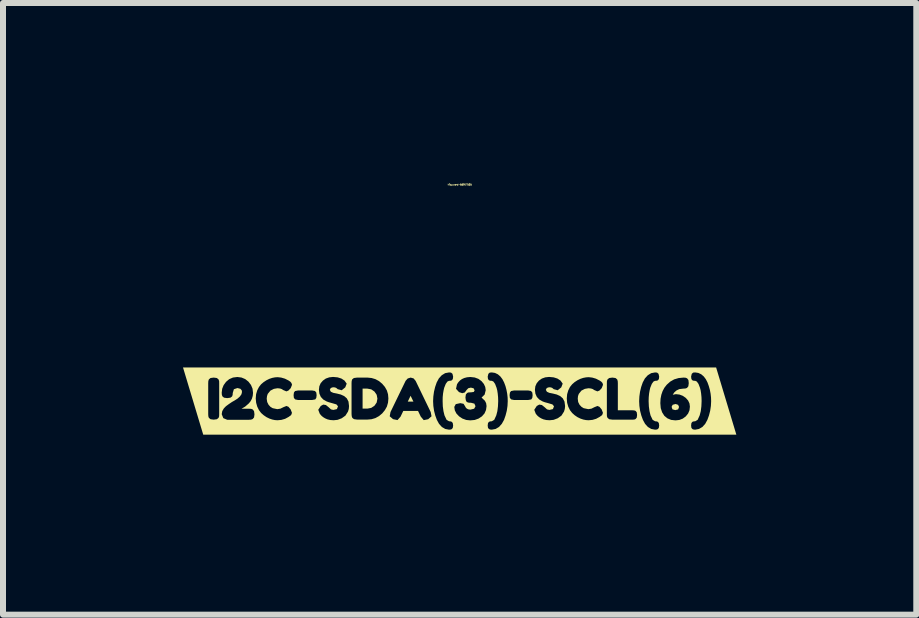
<source format=kicad_pcb>
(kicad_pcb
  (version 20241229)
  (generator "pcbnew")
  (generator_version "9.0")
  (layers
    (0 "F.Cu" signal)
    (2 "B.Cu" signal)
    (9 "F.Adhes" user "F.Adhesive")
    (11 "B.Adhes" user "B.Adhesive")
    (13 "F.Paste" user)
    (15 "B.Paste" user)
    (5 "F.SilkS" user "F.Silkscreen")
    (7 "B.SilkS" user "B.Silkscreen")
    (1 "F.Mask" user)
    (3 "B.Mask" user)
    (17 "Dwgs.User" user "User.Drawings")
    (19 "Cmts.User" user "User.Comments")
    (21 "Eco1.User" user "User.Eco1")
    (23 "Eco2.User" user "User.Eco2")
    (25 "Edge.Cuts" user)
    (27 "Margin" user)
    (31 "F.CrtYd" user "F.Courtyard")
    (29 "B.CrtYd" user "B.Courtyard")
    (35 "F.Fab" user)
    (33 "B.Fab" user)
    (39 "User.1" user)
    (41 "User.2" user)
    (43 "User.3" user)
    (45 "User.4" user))
  (footprint "kibuzzard-66917505"
    (layer "F.Cu")
    (at 4.611 3.634)
    (property "Reference" "kibuzzard-66917505" (at 0 -3.608 0) (layer "F.SilkS") (effects (font (size 0.025 0.025) (thickness 0.15))))
    (attr board_only exclude_from_pos_files exclude_from_bom)
    (fp_poly (pts (xy -0.818 -0.088) (xy -0.865 0.009) (xy -0.771 0.009) (xy -0.818 -0.088)) (stroke (width 0) (type solid)) (fill yes) (layer "F.SilkS"))
    (fp_poly (pts (xy 3.656 0.098) (xy 3.64 0.063) (xy 3.599 0.049) (xy 3.55 0.062) (xy 3.532 0.096) (xy 3.546 0.138) (xy 3.593 0.151) (xy 3.641 0.139) (xy 3.656 0.098)) (stroke (width 0) (type solid)) (fill yes) (layer "F.SilkS"))
    (fp_poly (pts (xy -1.618 0.126) (xy -1.537 0.126) (xy -1.474 0.114) (xy -1.42 0.078) (xy -1.383 0.024) (xy -1.371 -0.04) (xy -1.383 -0.104) (xy -1.42 -0.158) (xy -1.474 -0.195) (xy -1.538 -0.207) (xy -1.618 -0.207) (xy -1.618 0.126)) (stroke (width 0) (type solid)) (fill yes) (layer "F.SilkS"))
    (fp_poly (pts (xy -4.191 -0.56) (xy -4.274 -0.56) (xy -4.611 -0.56) (xy -4.274 0.56) (xy -4.191 0.56) (xy -4.1 0.56) (xy -4.1 0.31) (xy -4.152 0.303) (xy -4.18 0.28) (xy -4.189 0.253) (xy -4.191 0.218) (xy -4.191 -0.299) (xy -4.189 -0.333) (xy -4.18 -0.361) (xy -4.152 -0.384) (xy -4.099 -0.391) (xy -4.047 -0.384) (xy -4.019 -0.361) (xy -4.009 -0.333) (xy -4.008 -0.298) (xy -4.008 0.219) (xy -4.009 0.254) (xy -4.019 0.281) (xy -4.047 0.303) (xy -4.1 0.31) (xy -4.1 0.56) (xy -3.875 0.56) (xy -3.875 0.312) (xy -3.939 0.285) (xy -3.966 0.219) (xy -3.957 0.168) (xy -3.93 0.122) (xy -3.895 0.086) (xy -3.846 0.05) (xy -3.794 0.015) (xy -3.745 -0.013) (xy -3.702 -0.041) (xy -3.664 -0.075) (xy -3.637 -0.113) (xy -3.628 -0.151) (xy -3.632 -0.178) (xy -3.654 -0.204) (xy -3.704 -0.217) (xy -3.763 -0.197) (xy -3.782 -0.134) (xy -3.784 -0.102) (xy -3.793 -0.077) (xy -3.821 -0.056) (xy -3.875 -0.049) (xy -3.927 -0.056) (xy -3.955 -0.079) (xy -3.964 -0.107) (xy -3.966 -0.141) (xy -3.958 -0.205) (xy -3.934 -0.265) (xy -3.894 -0.32) (xy -3.841 -0.365) (xy -3.778 -0.392) (xy -3.705 -0.401) (xy -3.636 -0.392) (xy -3.574 -0.366) (xy -3.52 -0.323) (xy -3.478 -0.268) (xy -3.452 -0.206) (xy -3.444 -0.136) (xy -3.449 -0.086) (xy -3.463 -0.038) (xy -3.486 0.005) (xy -3.515 0.04) (xy -3.576 0.093) (xy -3.636 0.128) (xy -3.511 0.128) (xy -3.476 0.13) (xy -3.449 0.14) (xy -3.427 0.168) (xy -3.42 0.221) (xy -3.427 0.273) (xy -3.45 0.3) (xy -3.478 0.31) (xy -3.513 0.312) (xy -3.875 0.312) (xy -3.875 0.56) (xy -3.036 0.56) (xy -3.036 0.32) (xy -3.079 0.317) (xy -3.124 0.308) (xy -3.171 0.292) (xy -3.22 0.268) (xy -3.267 0.236) (xy -3.309 0.199) (xy -3.344 0.153) (xy -3.373 0.095) (xy -3.392 0.029) (xy -3.399 -0.044) (xy -3.393 -0.114) (xy -3.374 -0.178) (xy -3.345 -0.234) (xy -3.31 -0.279) (xy -3.268 -0.315) (xy -3.221 -0.346) (xy -3.172 -0.37) (xy -3.124 -0.386) (xy -3.078 -0.395) (xy -3.033 -0.398) (xy -2.974 -0.391) (xy -2.912 -0.373) (xy -2.849 -0.341) (xy -2.822 -0.322) (xy -2.804 -0.301) (xy -2.794 -0.271) (xy -2.816 -0.215) (xy -2.854 -0.175) (xy -2.888 -0.161) (xy -2.942 -0.184) (xy -2.949 -0.189) (xy -2.957 -0.194) (xy -2.967 -0.2) (xy -2.98 -0.205) (xy -2.996 -0.209) (xy -3.016 -0.212) (xy -3.04 -0.213) (xy -3.097 -0.203) (xy -3.154 -0.174) (xy -3.199 -0.119) (xy -3.211 -0.082) (xy -3.216 -0.039) (xy -3.208 0.016) (xy -3.185 0.062) (xy -3.153 0.097) (xy -3.116 0.119) (xy -3.04 0.135) (xy -2.988 0.127) (xy -2.937 0.102) (xy -2.887 0.082) (xy -2.853 0.096) (xy -2.817 0.139) (xy -2.795 0.197) (xy -2.809 0.234) (xy -2.85 0.264) (xy -2.909 0.296) (xy -2.972 0.314) (xy -3.036 0.32) (xy -3.036 0.56) (xy -2.458 0.56) (xy -2.458 -0.018) (xy -2.696 -0.018) (xy -2.741 -0.027) (xy -2.763 -0.052) (xy -2.768 -0.098) (xy -2.762 -0.143) (xy -2.743 -0.167) (xy -2.695 -0.176) (xy -2.457 -0.176) (xy -2.412 -0.168) (xy -2.39 -0.143) (xy -2.384 -0.097) (xy -2.39 -0.052) (xy -2.407 -0.027) (xy -2.458 -0.018) (xy -2.458 0.56) (xy -2.101 0.56) (xy -2.101 0.32) (xy -2.157 0.316) (xy -2.204 0.305) (xy -2.243 0.288) (xy -2.274 0.269) (xy -2.298 0.25) (xy -2.315 0.232) (xy -2.326 0.218) (xy -2.332 0.211) (xy -2.357 0.146) (xy -2.315 0.082) (xy -2.274 0.059) (xy -2.23 0.066) (xy -2.185 0.102) (xy -2.145 0.139) (xy -2.105 0.148) (xy -2.046 0.134) (xy -2.028 0.087) (xy -2.054 0.056) (xy -2.133 0.033) (xy -2.18 0.02) (xy -2.218 0.006) (xy -2.274 -0.026) (xy -2.314 -0.069) (xy -2.338 -0.123) (xy -2.346 -0.188) (xy -2.339 -0.246) (xy -2.317 -0.297) (xy -2.279 -0.341) (xy -2.231 -0.375) (xy -2.174 -0.395) (xy -2.11 -0.402) (xy -2.034 -0.395) (xy -1.971 -0.375) (xy -1.919 -0.341) (xy -1.883 -0.29) (xy -1.907 -0.228) (xy -1.966 -0.18) (xy -2.033 -0.198) (xy -2.044 -0.208) (xy -2.058 -0.219) (xy -2.078 -0.227) (xy -2.111 -0.23) (xy -2.148 -0.218) (xy -2.164 -0.187) (xy -2.147 -0.155) (xy -2.107 -0.137) (xy -2.046 -0.125) (xy -1.982 -0.109) (xy -1.925 -0.083) (xy -1.881 -0.045) (xy -1.853 0.009) (xy -1.844 0.084) (xy -1.848 0.132) (xy -1.861 0.175) (xy -1.904 0.243) (xy -1.966 0.287) (xy -2.034 0.313) (xy -2.101 0.32) (xy -2.101 0.56) (xy -1.71 0.56) (xy -1.71 0.309) (xy -1.761 0.302) (xy -1.789 0.281) (xy -1.799 0.253) (xy -1.802 0.217) (xy -1.802 -0.3) (xy -1.8 -0.334) (xy -1.791 -0.362) (xy -1.763 -0.384) (xy -1.709 -0.391) (xy -1.537 -0.391) (xy -1.468 -0.384) (xy -1.404 -0.365) (xy -1.345 -0.333) (xy -1.291 -0.288) (xy -1.246 -0.235) (xy -1.213 -0.176) (xy -1.194 -0.113) (xy -1.188 -0.044) (xy -1.194 0.026) (xy -1.213 0.092) (xy -1.246 0.151) (xy -1.291 0.206) (xy -1.345 0.251) (xy -1.405 0.284) (xy -1.47 0.303) (xy -1.54 0.309) (xy -1.71 0.309) (xy -1.71 0.56) (xy -0.599 0.56) (xy -0.599 0.318) (xy -0.648 0.26) (xy -0.694 0.165) (xy -0.94 0.165) (xy -0.986 0.261) (xy -1.036 0.317) (xy -1.11 0.302) (xy -1.166 0.254) (xy -1.153 0.183) (xy -0.901 -0.337) (xy -0.866 -0.376) (xy -0.817 -0.391) (xy -0.768 -0.377) (xy -0.734 -0.336) (xy -0.483 0.183) (xy -0.469 0.254) (xy -0.525 0.303) (xy -0.599 0.318) (xy -0.599 0.56) (xy -0.178 0.56) (xy -0.178 0.477) (xy -0.241 0.465) (xy -0.297 0.432) (xy -0.344 0.38) (xy -0.38 0.314) (xy -0.407 0.24) (xy -0.427 0.162) (xy -0.439 0.081) (xy -0.443 0.002) (xy -0.439 -0.077) (xy -0.428 -0.156) (xy -0.409 -0.235) (xy -0.383 -0.31) (xy -0.347 -0.377) (xy -0.299 -0.43) (xy -0.242 -0.465) (xy -0.177 -0.477) (xy -0.144 -0.474) (xy -0.12 -0.454) (xy -0.109 -0.407) (xy -0.114 -0.367) (xy -0.13 -0.346) (xy -0.149 -0.339) (xy -0.173 -0.337) (xy -0.178 -0.337) (xy -0.204 -0.325) (xy -0.232 -0.286) (xy -0.258 -0.221) (xy -0.268 -0.178) (xy -0.277 -0.126) (xy -0.283 -0.065) (xy -0.284 0) (xy -0.281 0.089) (xy -0.27 0.169) (xy -0.253 0.239) (xy -0.218 0.313) (xy -0.177 0.337) (xy -0.152 0.339) (xy -0.132 0.346) (xy -0.115 0.367) (xy -0.109 0.408) (xy -0.115 0.447) (xy -0.132 0.468) (xy -0.153 0.475) (xy -0.178 0.477) (xy -0.178 0.56) (xy 0.177 0.56) (xy 0.177 0.322) (xy 0.109 0.315) (xy 0.046 0.292) (xy -0.01 0.255) (xy -0.055 0.207) (xy -0.081 0.155) (xy -0.09 0.098) (xy -0.065 0.051) (xy 0.01 0.035) (xy 0.065 0.046) (xy 0.094 0.093) (xy 0.096 0.099) (xy 0.104 0.111) (xy 0.119 0.126) (xy 0.143 0.138) (xy 0.178 0.143) (xy 0.241 0.128) (xy 0.264 0.086) (xy 0.245 0.043) (xy 0.187 0.028) (xy 0.16 0.028) (xy 0.137 0.024) (xy 0.114 0.011) (xy 0.102 -0.015) (xy 0.096 -0.059) (xy 0.103 -0.109) (xy 0.124 -0.135) (xy 0.149 -0.144) (xy 0.181 -0.145) (xy 0.188 -0.145) (xy 0.235 -0.152) (xy 0.249 -0.177) (xy 0.233 -0.212) (xy 0.187 -0.224) (xy 0.144 -0.214) (xy 0.115 -0.184) (xy 0.085 -0.143) (xy 0.043 -0.131) (xy -0.011 -0.149) (xy -0.061 -0.204) (xy -0.046 -0.273) (xy -0.045 -0.277) (xy -0.039 -0.288) (xy -0.029 -0.304) (xy -0.013 -0.324) (xy 0.009 -0.346) (xy 0.039 -0.367) (xy 0.076 -0.384) (xy 0.122 -0.396) (xy 0.177 -0.401) (xy 0.25 -0.393) (xy 0.312 -0.37) (xy 0.364 -0.332) (xy 0.403 -0.285) (xy 0.426 -0.235) (xy 0.434 -0.181) (xy 0.416 -0.108) (xy 0.365 -0.058) (xy 0.421 -0.004) (xy 0.441 0.036) (xy 0.448 0.084) (xy 0.439 0.149) (xy 0.414 0.206) (xy 0.371 0.255) (xy 0.315 0.292) (xy 0.251 0.315) (xy 0.177 0.322) (xy 0.177 0.56) (xy 0.536 0.56) (xy 0.536 0.477) (xy 0.511 0.475) (xy 0.49 0.468) (xy 0.472 0.447) (xy 0.467 0.408) (xy 0.472 0.367) (xy 0.489 0.346) (xy 0.509 0.339) (xy 0.535 0.337) (xy 0.576 0.313) (xy 0.61 0.239) (xy 0.628 0.169) (xy 0.638 0.089) (xy 0.642 0) (xy 0.64 -0.065) (xy 0.634 -0.126) (xy 0.626 -0.178) (xy 0.615 -0.221) (xy 0.59 -0.286) (xy 0.562 -0.325) (xy 0.536 -0.337) (xy 0.531 -0.337) (xy 0.507 -0.339) (xy 0.488 -0.346) (xy 0.472 -0.367) (xy 0.467 -0.407) (xy 0.478 -0.454) (xy 0.501 -0.474) (xy 0.535 -0.477) (xy 0.588 -0.469) (xy 0.636 -0.446) (xy 0.678 -0.41) (xy 0.712 -0.365) (xy 0.74 -0.311) (xy 0.763 -0.25) (xy 0.78 -0.186) (xy 0.792 -0.123) (xy 0.799 -0.06) (xy 0.801 0.002) (xy 0.797 0.081) (xy 0.785 0.162) (xy 0.765 0.24) (xy 0.739 0.314) (xy 0.702 0.38) (xy 0.655 0.432) (xy 0.599 0.465) (xy 0.536 0.477) (xy 0.536 0.56) (xy 1.143 0.56) (xy 1.143 -0.018) (xy 0.904 -0.018) (xy 0.859 -0.027) (xy 0.837 -0.052) (xy 0.832 -0.098) (xy 0.838 -0.143) (xy 0.857 -0.167) (xy 0.905 -0.176) (xy 1.144 -0.176) (xy 1.188 -0.168) (xy 1.21 -0.143) (xy 1.216 -0.097) (xy 1.21 -0.052) (xy 1.193 -0.027) (xy 1.143 -0.018) (xy 1.143 0.56) (xy 1.499 0.56) (xy 1.499 0.32) (xy 1.443 0.316) (xy 1.396 0.305) (xy 1.357 0.288) (xy 1.326 0.269) (xy 1.302 0.25) (xy 1.285 0.232) (xy 1.274 0.218) (xy 1.268 0.211) (xy 1.243 0.146) (xy 1.285 0.082) (xy 1.326 0.059) (xy 1.37 0.066) (xy 1.415 0.102) (xy 1.456 0.139) (xy 1.495 0.148) (xy 1.554 0.134) (xy 1.572 0.087) (xy 1.546 0.056) (xy 1.468 0.033) (xy 1.42 0.02) (xy 1.382 0.006) (xy 1.326 -0.026) (xy 1.286 -0.069) (xy 1.262 -0.123) (xy 1.254 -0.188) (xy 1.261 -0.246) (xy 1.284 -0.297) (xy 1.321 -0.341) (xy 1.37 -0.375) (xy 1.426 -0.395) (xy 1.49 -0.402) (xy 1.566 -0.395) (xy 1.629 -0.375) (xy 1.681 -0.341) (xy 1.717 -0.29) (xy 1.693 -0.228) (xy 1.634 -0.18) (xy 1.567 -0.198) (xy 1.556 -0.208) (xy 1.542 -0.219) (xy 1.522 -0.227) (xy 1.489 -0.23) (xy 1.452 -0.218) (xy 1.436 -0.187) (xy 1.454 -0.155) (xy 1.493 -0.137) (xy 1.554 -0.125) (xy 1.618 -0.109) (xy 1.675 -0.083) (xy 1.719 -0.045) (xy 1.747 0.009) (xy 1.757 0.084) (xy 1.752 0.132) (xy 1.739 0.175) (xy 1.696 0.243) (xy 1.634 0.287) (xy 1.566 0.313) (xy 1.499 0.32) (xy 1.499 0.56) (xy 2.147 0.56) (xy 2.147 0.32) (xy 2.105 0.317) (xy 2.059 0.308) (xy 2.012 0.292) (xy 1.963 0.268) (xy 1.916 0.236) (xy 1.875 0.199) (xy 1.839 0.153) (xy 1.81 0.095) (xy 1.791 0.029) (xy 1.785 -0.044) (xy 1.791 -0.114) (xy 1.81 -0.178) (xy 1.838 -0.234) (xy 1.874 -0.279) (xy 1.915 -0.315) (xy 1.962 -0.346) (xy 2.011 -0.37) (xy 2.059 -0.386) (xy 2.106 -0.395) (xy 2.15 -0.398) (xy 2.21 -0.391) (xy 2.271 -0.373) (xy 2.334 -0.341) (xy 2.361 -0.322) (xy 2.38 -0.301) (xy 2.389 -0.271) (xy 2.367 -0.215) (xy 2.33 -0.175) (xy 2.295 -0.161) (xy 2.241 -0.184) (xy 2.235 -0.189) (xy 2.226 -0.194) (xy 2.217 -0.2) (xy 2.203 -0.205) (xy 2.187 -0.209) (xy 2.167 -0.212) (xy 2.143 -0.213) (xy 2.086 -0.203) (xy 2.029 -0.174) (xy 1.985 -0.119) (xy 1.972 -0.082) (xy 1.968 -0.039) (xy 1.975 0.016) (xy 1.998 0.062) (xy 2.031 0.097) (xy 2.067 0.119) (xy 2.143 0.135) (xy 2.196 0.127) (xy 2.246 0.102) (xy 2.296 0.082) (xy 2.33 0.096) (xy 2.366 0.139) (xy 2.388 0.197) (xy 2.374 0.234) (xy 2.333 0.264) (xy 2.274 0.296) (xy 2.212 0.314) (xy 2.147 0.32) (xy 2.147 0.56) (xy 2.544 0.56) (xy 2.544 0.31) (xy 2.492 0.303) (xy 2.464 0.28) (xy 2.454 0.253) (xy 2.453 0.218) (xy 2.453 -0.299) (xy 2.454 -0.333) (xy 2.464 -0.361) (xy 2.492 -0.384) (xy 2.545 -0.391) (xy 2.597 -0.384) (xy 2.625 -0.361) (xy 2.634 -0.333) (xy 2.636 -0.298) (xy 2.636 0.154) (xy 2.88 0.154) (xy 2.909 0.156) (xy 2.932 0.164) (xy 2.951 0.187) (xy 2.957 0.232) (xy 2.951 0.276) (xy 2.932 0.3) (xy 2.908 0.309) (xy 2.879 0.31) (xy 2.544 0.31) (xy 2.544 0.56) (xy 3.256 0.56) (xy 3.256 0.477) (xy 3.193 0.465) (xy 3.137 0.432) (xy 3.09 0.38) (xy 3.054 0.314) (xy 3.027 0.24) (xy 3.007 0.162) (xy 2.995 0.081) (xy 2.991 0.002) (xy 2.995 -0.077) (xy 3.006 -0.156) (xy 3.025 -0.235) (xy 3.051 -0.31) (xy 3.087 -0.377) (xy 3.135 -0.43) (xy 3.192 -0.465) (xy 3.257 -0.477) (xy 3.29 -0.474) (xy 3.314 -0.454) (xy 3.325 -0.407) (xy 3.32 -0.367) (xy 3.304 -0.346) (xy 3.285 -0.339) (xy 3.261 -0.337) (xy 3.256 -0.337) (xy 3.23 -0.325) (xy 3.202 -0.286) (xy 3.176 -0.221) (xy 3.166 -0.178) (xy 3.157 -0.126) (xy 3.151 -0.065) (xy 3.149 0) (xy 3.153 0.089) (xy 3.164 0.169) (xy 3.181 0.239) (xy 3.216 0.313) (xy 3.257 0.337) (xy 3.282 0.339) (xy 3.302 0.346) (xy 3.319 0.367) (xy 3.325 0.408) (xy 3.319 0.447) (xy 3.302 0.468) (xy 3.281 0.475) (xy 3.256 0.477) (xy 3.256 0.56) (xy 3.597 0.56) (xy 3.597 0.322) (xy 3.524 0.314) (xy 3.462 0.288) (xy 3.411 0.246) (xy 3.374 0.188) (xy 3.351 0.118) (xy 3.344 0.035) (xy 3.348 -0.038) (xy 3.361 -0.105) (xy 3.382 -0.166) (xy 3.412 -0.222) (xy 3.451 -0.272) (xy 3.509 -0.324) (xy 3.574 -0.361) (xy 3.648 -0.383) (xy 3.73 -0.391) (xy 3.764 -0.389) (xy 3.79 -0.379) (xy 3.812 -0.351) (xy 3.818 -0.298) (xy 3.811 -0.246) (xy 3.788 -0.218) (xy 3.761 -0.209) (xy 3.726 -0.207) (xy 3.66 -0.199) (xy 3.611 -0.175) (xy 3.575 -0.142) (xy 3.551 -0.105) (xy 3.604 -0.115) (xy 3.664 -0.108) (xy 3.719 -0.087) (xy 3.768 -0.053) (xy 3.807 -0.009) (xy 3.83 0.04) (xy 3.837 0.093) (xy 3.83 0.154) (xy 3.807 0.208) (xy 3.768 0.256) (xy 3.718 0.293) (xy 3.661 0.315) (xy 3.597 0.322) (xy 3.597 0.56) (xy 3.926 0.56) (xy 3.926 0.477) (xy 3.901 0.475) (xy 3.88 0.468) (xy 3.862 0.447) (xy 3.857 0.408) (xy 3.862 0.367) (xy 3.879 0.346) (xy 3.899 0.339) (xy 3.925 0.337) (xy 3.966 0.313) (xy 4 0.239) (xy 4.018 0.169) (xy 4.028 0.089) (xy 4.032 0) (xy 4.03 -0.065) (xy 4.024 -0.126) (xy 4.016 -0.178) (xy 4.005 -0.221) (xy 3.98 -0.286) (xy 3.952 -0.325) (xy 3.926 -0.337) (xy 3.921 -0.337) (xy 3.897 -0.339) (xy 3.878 -0.346) (xy 3.862 -0.367) (xy 3.857 -0.407) (xy 3.868 -0.454) (xy 3.891 -0.474) (xy 3.925 -0.477) (xy 3.977 -0.469) (xy 4.026 -0.446) (xy 4.068 -0.41) (xy 4.102 -0.365) (xy 4.13 -0.311) (xy 4.152 -0.25) (xy 4.17 -0.186) (xy 4.182 -0.123) (xy 4.189 -0.06) (xy 4.191 0.002) (xy 4.187 0.081) (xy 4.175 0.162) (xy 4.155 0.24) (xy 4.128 0.314) (xy 4.092 0.38) (xy 4.045 0.432) (xy 3.988 0.465) (xy 3.926 0.477) (xy 3.926 0.56) (xy 4.191 0.56) (xy 4.274 0.56) (xy 4.611 0.56) (xy 4.274 -0.56) (xy 4.191 -0.56) (xy -4.191 -0.56)) (stroke (width 0) (type solid)) (fill yes) (layer "F.SilkS")))
  (gr_rect
    (start -3 -3)
    (end 12.221 7.194)
    (stroke (width 0.1) (type default))
    (fill no)
    (layer "Edge.Cuts")))
</source>
